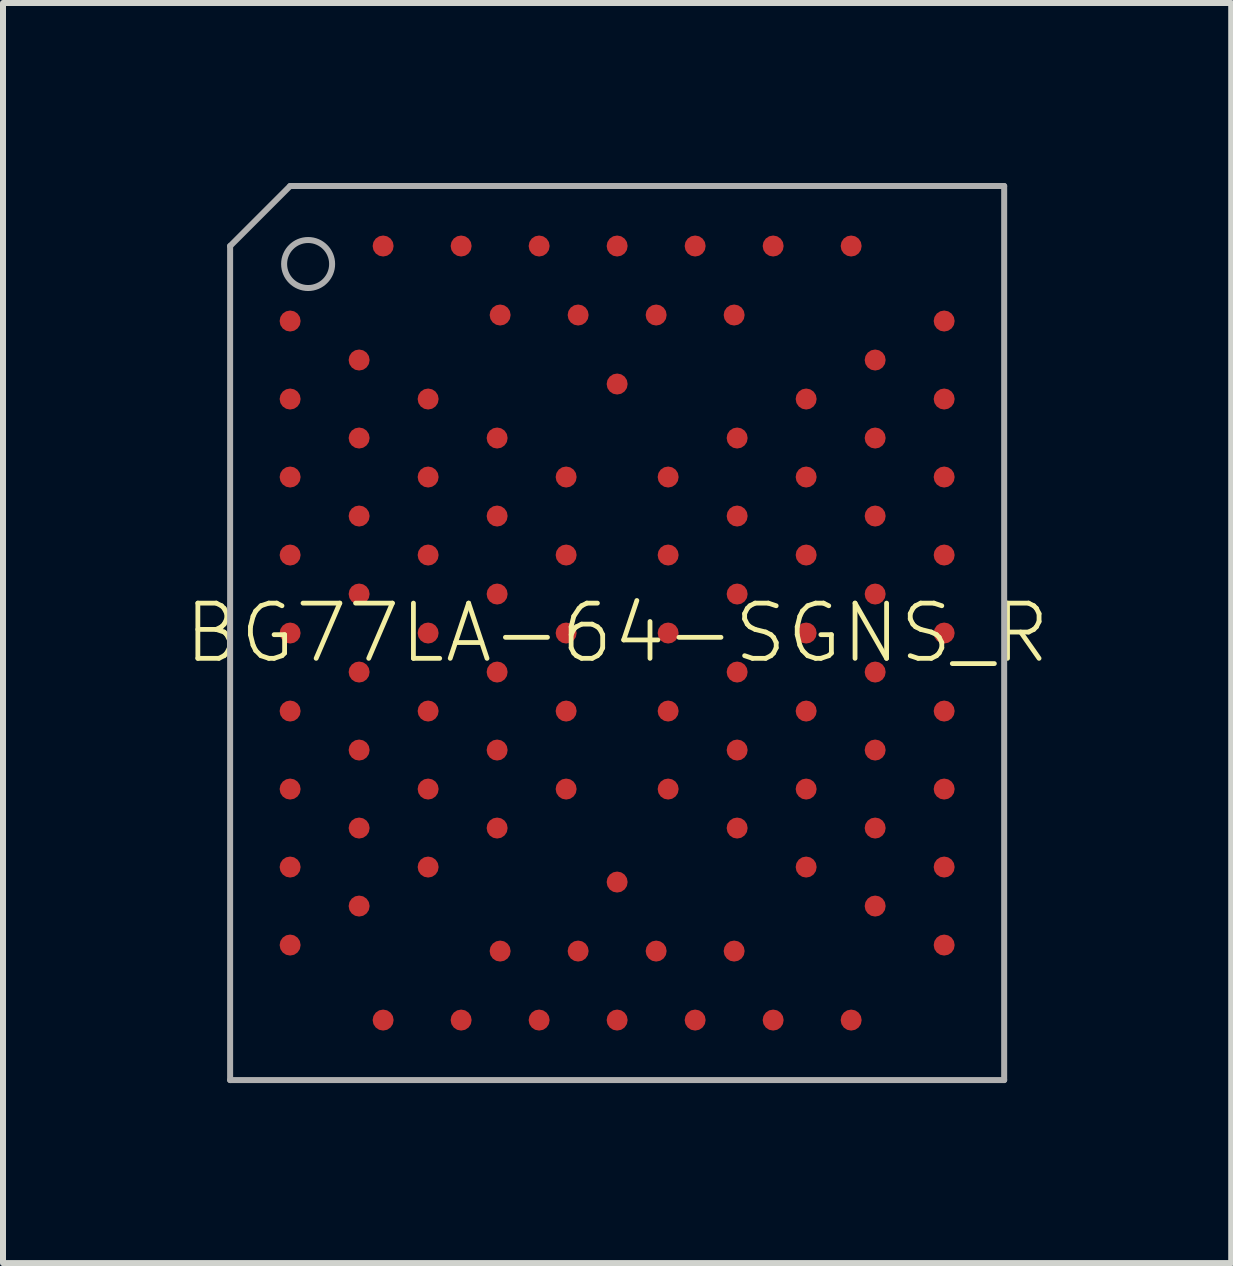
<source format=kicad_pcb>
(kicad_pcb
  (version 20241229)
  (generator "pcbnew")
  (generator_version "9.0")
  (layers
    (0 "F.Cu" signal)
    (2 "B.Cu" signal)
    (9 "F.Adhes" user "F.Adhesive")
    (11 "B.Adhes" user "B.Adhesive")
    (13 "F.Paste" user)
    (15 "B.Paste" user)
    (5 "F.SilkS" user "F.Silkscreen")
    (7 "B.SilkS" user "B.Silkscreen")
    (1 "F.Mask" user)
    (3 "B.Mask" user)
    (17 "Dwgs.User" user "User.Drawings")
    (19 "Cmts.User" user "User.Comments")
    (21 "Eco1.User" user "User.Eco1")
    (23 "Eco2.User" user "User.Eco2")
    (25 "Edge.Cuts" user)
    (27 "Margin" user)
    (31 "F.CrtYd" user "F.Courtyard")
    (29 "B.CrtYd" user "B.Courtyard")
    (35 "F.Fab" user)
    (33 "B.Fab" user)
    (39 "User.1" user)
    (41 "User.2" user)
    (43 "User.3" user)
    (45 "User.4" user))
  (footprint "BG77LA-64-SGNS_R"
    (layer "F.Cu")
    (at 7.235 7.5)
    (property "Reference" "BG77LA-64-SGNS_R" (at 0 0 0) (unlocked yes) (layer "F.SilkS") (effects (font (size 0.92 0.92) (thickness 0.08))))
    (fp_line (start -6.45 -6.45) (end -6.45 7.45) (stroke (width 0.1) (type solid)) (layer "F.Fab"))
    (fp_line (start -6.45 -6.45) (end -5.45 -7.45) (stroke (width 0.1) (type solid)) (layer "F.Fab"))
    (fp_line (start -6.45 7.45) (end 6.45 7.45) (stroke (width 0.1) (type solid)) (layer "F.Fab"))
    (fp_line (start 6.45 -7.45) (end -5.45 -7.45) (stroke (width 0.1) (type solid)) (layer "F.Fab"))
    (fp_line (start 6.45 7.45) (end 6.45 -7.45) (stroke (width 0.1) (type solid)) (layer "F.Fab"))
    (fp_circle (center -5.15 -6.15) (end -4.75 -6.15) (stroke (width 0.1) (type solid)) (fill no) (layer "F.Fab"))
    (pad "1" smd roundrect (at -5.45 -5.2) (size 0.35 0.35) (layers "F.Cu" "F.Mask" "F.Paste") (roundrect_rratio 0.5))
    (pad "2" smd roundrect (at -5.45 -3.9) (size 0.35 0.35) (layers "F.Cu" "F.Mask" "F.Paste") (roundrect_rratio 0.5))
    (pad "3" smd roundrect (at -5.45 -2.6) (size 0.35 0.35) (layers "F.Cu" "F.Mask" "F.Paste") (roundrect_rratio 0.5))
    (pad "4" smd roundrect (at -5.45 -1.3) (size 0.35 0.35) (layers "F.Cu" "F.Mask" "F.Paste") (roundrect_rratio 0.5))
    (pad "5" smd roundrect (at -5.45 0) (size 0.35 0.35) (layers "F.Cu" "F.Mask" "F.Paste") (roundrect_rratio 0.5))
    (pad "6" smd roundrect (at -5.45 1.3) (size 0.35 0.35) (layers "F.Cu" "F.Mask" "F.Paste") (roundrect_rratio 0.5))
    (pad "7" smd roundrect (at -5.45 2.6) (size 0.35 0.35) (layers "F.Cu" "F.Mask" "F.Paste") (roundrect_rratio 0.5))
    (pad "8" smd roundrect (at -5.45 3.9) (size 0.35 0.35) (layers "F.Cu" "F.Mask" "F.Paste") (roundrect_rratio 0.5))
    (pad "9" smd roundrect (at -5.45 5.2) (size 0.35 0.35) (layers "F.Cu" "F.Mask" "F.Paste") (roundrect_rratio 0.5))
    (pad "10" smd roundrect (at -3.9 6.45) (size 0.35 0.35) (layers "F.Cu" "F.Mask" "F.Paste") (roundrect_rratio 0.5))
    (pad "11" smd roundrect (at -2.6 6.45) (size 0.35 0.35) (layers "F.Cu" "F.Mask" "F.Paste") (roundrect_rratio 0.5))
    (pad "12" smd roundrect (at -1.3 6.45) (size 0.35 0.35) (layers "F.Cu" "F.Mask" "F.Paste") (roundrect_rratio 0.5))
    (pad "13" smd roundrect (at 0 6.45) (size 0.35 0.35) (layers "F.Cu" "F.Mask" "F.Paste") (roundrect_rratio 0.5))
    (pad "14" smd roundrect (at 1.3 6.45) (size 0.35 0.35) (layers "F.Cu" "F.Mask" "F.Paste") (roundrect_rratio 0.5))
    (pad "15" smd roundrect (at 2.6 6.45) (size 0.35 0.35) (layers "F.Cu" "F.Mask" "F.Paste") (roundrect_rratio 0.5))
    (pad "16" smd roundrect (at 3.9 6.45) (size 0.35 0.35) (layers "F.Cu" "F.Mask" "F.Paste") (roundrect_rratio 0.5))
    (pad "17" smd roundrect (at 5.45 5.2 180) (size 0.35 0.35) (layers "F.Cu" "F.Mask" "F.Paste") (roundrect_rratio 0.5))
    (pad "18" smd roundrect (at 5.45 3.9 180) (size 0.35 0.35) (layers "F.Cu" "F.Mask" "F.Paste") (roundrect_rratio 0.5))
    (pad "19" smd roundrect (at 5.45 2.6 180) (size 0.35 0.35) (layers "F.Cu" "F.Mask" "F.Paste") (roundrect_rratio 0.5))
    (pad "20" smd roundrect (at 5.45 1.3 180) (size 0.35 0.35) (layers "F.Cu" "F.Mask" "F.Paste") (roundrect_rratio 0.5))
    (pad "21" smd roundrect (at 5.45 0 180) (size 0.35 0.35) (layers "F.Cu" "F.Mask" "F.Paste") (roundrect_rratio 0.5))
    (pad "22" smd roundrect (at 5.45 -1.3 180) (size 0.35 0.35) (layers "F.Cu" "F.Mask" "F.Paste") (roundrect_rratio 0.5))
    (pad "23" smd roundrect (at 5.45 -2.6 180) (size 0.35 0.35) (layers "F.Cu" "F.Mask" "F.Paste") (roundrect_rratio 0.5))
    (pad "24" smd roundrect (at 5.45 -3.9 180) (size 0.35 0.35) (layers "F.Cu" "F.Mask" "F.Paste") (roundrect_rratio 0.5))
    (pad "25" smd roundrect (at 5.45 -5.2 180) (size 0.35 0.35) (layers "F.Cu" "F.Mask" "F.Paste") (roundrect_rratio 0.5))
    (pad "26" smd roundrect (at 3.9 -6.45) (size 0.35 0.35) (layers "F.Cu" "F.Mask" "F.Paste") (roundrect_rratio 0.5))
    (pad "27" smd roundrect (at 2.6 -6.45) (size 0.35 0.35) (layers "F.Cu" "F.Mask" "F.Paste") (roundrect_rratio 0.5))
    (pad "28" smd roundrect (at 1.3 -6.45) (size 0.35 0.35) (layers "F.Cu" "F.Mask" "F.Paste") (roundrect_rratio 0.5))
    (pad "29" smd roundrect (at 0 -6.45) (size 0.35 0.35) (layers "F.Cu" "F.Mask" "F.Paste") (roundrect_rratio 0.5))
    (pad "30" smd roundrect (at -1.3 -6.45) (size 0.35 0.35) (layers "F.Cu" "F.Mask" "F.Paste") (roundrect_rratio 0.5))
    (pad "31" smd roundrect (at -2.6 -6.45) (size 0.35 0.35) (layers "F.Cu" "F.Mask" "F.Paste") (roundrect_rratio 0.5))
    (pad "32" smd roundrect (at -3.9 -6.45) (size 0.35 0.35) (layers "F.Cu" "F.Mask" "F.Paste") (roundrect_rratio 0.5))
    (pad "33" smd roundrect (at -4.3 -4.55) (size 0.35 0.35) (layers "F.Cu" "F.Mask" "F.Paste") (roundrect_rratio 0.5))
    (pad "34" smd roundrect (at -4.3 -3.25) (size 0.35 0.35) (layers "F.Cu" "F.Mask" "F.Paste") (roundrect_rratio 0.5))
    (pad "35" smd roundrect (at -4.3 -1.95) (size 0.35 0.35) (layers "F.Cu" "F.Mask" "F.Paste") (roundrect_rratio 0.5))
    (pad "36" smd roundrect (at -4.3 -0.65) (size 0.35 0.35) (layers "F.Cu" "F.Mask" "F.Paste") (roundrect_rratio 0.5))
    (pad "37" smd roundrect (at -4.3 0.65) (size 0.35 0.35) (layers "F.Cu" "F.Mask" "F.Paste") (roundrect_rratio 0.5))
    (pad "38" smd roundrect (at -4.3 1.95) (size 0.35 0.35) (layers "F.Cu" "F.Mask" "F.Paste") (roundrect_rratio 0.5))
    (pad "39" smd roundrect (at -4.3 3.25) (size 0.35 0.35) (layers "F.Cu" "F.Mask" "F.Paste") (roundrect_rratio 0.5))
    (pad "40" smd roundrect (at -4.3 4.55) (size 0.35 0.35) (layers "F.Cu" "F.Mask" "F.Paste") (roundrect_rratio 0.5))
    (pad "41" smd roundrect (at -1.95 5.3) (size 0.35 0.35) (layers "F.Cu" "F.Mask" "F.Paste") (roundrect_rratio 0.5))
    (pad "42" smd roundrect (at -0.65 5.3) (size 0.35 0.35) (layers "F.Cu" "F.Mask" "F.Paste") (roundrect_rratio 0.5))
    (pad "43" smd roundrect (at 0.65 5.3) (size 0.35 0.35) (layers "F.Cu" "F.Mask" "F.Paste") (roundrect_rratio 0.5))
    (pad "44" smd roundrect (at 1.95 5.3) (size 0.35 0.35) (layers "F.Cu" "F.Mask" "F.Paste") (roundrect_rratio 0.5))
    (pad "45" smd roundrect (at 4.3 4.55 180) (size 0.35 0.35) (layers "F.Cu" "F.Mask" "F.Paste") (roundrect_rratio 0.5))
    (pad "46" smd roundrect (at 4.3 3.25 180) (size 0.35 0.35) (layers "F.Cu" "F.Mask" "F.Paste") (roundrect_rratio 0.5))
    (pad "47" smd roundrect (at 4.3 1.95 180) (size 0.35 0.35) (layers "F.Cu" "F.Mask" "F.Paste") (roundrect_rratio 0.5))
    (pad "48" smd roundrect (at 4.3 0.65 180) (size 0.35 0.35) (layers "F.Cu" "F.Mask" "F.Paste") (roundrect_rratio 0.5))
    (pad "49" smd roundrect (at 4.3 -0.65 180) (size 0.35 0.35) (layers "F.Cu" "F.Mask" "F.Paste") (roundrect_rratio 0.5))
    (pad "50" smd roundrect (at 4.3 -1.95 180) (size 0.35 0.35) (layers "F.Cu" "F.Mask" "F.Paste") (roundrect_rratio 0.5))
    (pad "51" smd roundrect (at 4.3 -3.25 180) (size 0.35 0.35) (layers "F.Cu" "F.Mask" "F.Paste") (roundrect_rratio 0.5))
    (pad "52" smd roundrect (at 4.3 -4.55 180) (size 0.35 0.35) (layers "F.Cu" "F.Mask" "F.Paste") (roundrect_rratio 0.5))
    (pad "53" smd roundrect (at 1.95 -5.3) (size 0.35 0.35) (layers "F.Cu" "F.Mask" "F.Paste") (roundrect_rratio 0.5))
    (pad "54" smd roundrect (at 0.65 -5.3) (size 0.35 0.35) (layers "F.Cu" "F.Mask" "F.Paste") (roundrect_rratio 0.5))
    (pad "55" smd roundrect (at -0.65 -5.3) (size 0.35 0.35) (layers "F.Cu" "F.Mask" "F.Paste") (roundrect_rratio 0.5))
    (pad "56" smd roundrect (at -1.95 -5.3) (size 0.35 0.35) (layers "F.Cu" "F.Mask" "F.Paste") (roundrect_rratio 0.5))
    (pad "57" smd roundrect (at -3.15 -3.9) (size 0.35 0.35) (layers "F.Cu" "F.Mask" "F.Paste") (roundrect_rratio 0.5))
    (pad "58" smd roundrect (at -3.15 -2.6) (size 0.35 0.35) (layers "F.Cu" "F.Mask" "F.Paste") (roundrect_rratio 0.5))
    (pad "59" smd roundrect (at -3.15 -1.3) (size 0.35 0.35) (layers "F.Cu" "F.Mask" "F.Paste") (roundrect_rratio 0.5))
    (pad "60" smd roundrect (at -3.15 0) (size 0.35 0.35) (layers "F.Cu" "F.Mask" "F.Paste") (roundrect_rratio 0.5))
    (pad "61" smd roundrect (at -3.15 1.3) (size 0.35 0.35) (layers "F.Cu" "F.Mask" "F.Paste") (roundrect_rratio 0.5))
    (pad "62" smd roundrect (at -3.15 2.6) (size 0.35 0.35) (layers "F.Cu" "F.Mask" "F.Paste") (roundrect_rratio 0.5))
    (pad "63" smd roundrect (at -3.15 3.9) (size 0.35 0.35) (layers "F.Cu" "F.Mask" "F.Paste") (roundrect_rratio 0.5))
    (pad "64" smd roundrect (at 0 4.15) (size 0.35 0.35) (layers "F.Cu" "F.Mask" "F.Paste") (roundrect_rratio 0.5))
    (pad "65" smd roundrect (at 3.15 3.9 180) (size 0.35 0.35) (layers "F.Cu" "F.Mask" "F.Paste") (roundrect_rratio 0.5))
    (pad "66" smd roundrect (at 3.15 2.6 180) (size 0.35 0.35) (layers "F.Cu" "F.Mask" "F.Paste") (roundrect_rratio 0.5))
    (pad "67" smd roundrect (at 3.15 1.3 180) (size 0.35 0.35) (layers "F.Cu" "F.Mask" "F.Paste") (roundrect_rratio 0.5))
    (pad "68" smd roundrect (at 3.15 0 180) (size 0.35 0.35) (layers "F.Cu" "F.Mask" "F.Paste") (roundrect_rratio 0.5))
    (pad "69" smd roundrect (at 3.15 -1.3 180) (size 0.35 0.35) (layers "F.Cu" "F.Mask" "F.Paste") (roundrect_rratio 0.5))
    (pad "70" smd roundrect (at 3.15 -2.6 180) (size 0.35 0.35) (layers "F.Cu" "F.Mask" "F.Paste") (roundrect_rratio 0.5))
    (pad "71" smd roundrect (at 3.15 -3.9 180) (size 0.35 0.35) (layers "F.Cu" "F.Mask" "F.Paste") (roundrect_rratio 0.5))
    (pad "72" smd roundrect (at 0 -4.15) (size 0.35 0.35) (layers "F.Cu" "F.Mask" "F.Paste") (roundrect_rratio 0.5))
    (pad "73" smd roundrect (at -2 -3.25) (size 0.35 0.35) (layers "F.Cu" "F.Mask" "F.Paste") (roundrect_rratio 0.5))
    (pad "74" smd roundrect (at -2 -1.95) (size 0.35 0.35) (layers "F.Cu" "F.Mask" "F.Paste") (roundrect_rratio 0.5))
    (pad "75" smd roundrect (at -2 -0.65) (size 0.35 0.35) (layers "F.Cu" "F.Mask" "F.Paste") (roundrect_rratio 0.5))
    (pad "76" smd roundrect (at -2 0.65) (size 0.35 0.35) (layers "F.Cu" "F.Mask" "F.Paste") (roundrect_rratio 0.5))
    (pad "77" smd roundrect (at -2 1.95) (size 0.35 0.35) (layers "F.Cu" "F.Mask" "F.Paste") (roundrect_rratio 0.5))
    (pad "78" smd roundrect (at -2 3.25) (size 0.35 0.35) (layers "F.Cu" "F.Mask" "F.Paste") (roundrect_rratio 0.5))
    (pad "79" smd roundrect (at 2 3.25 180) (size 0.35 0.35) (layers "F.Cu" "F.Mask" "F.Paste") (roundrect_rratio 0.5))
    (pad "80" smd roundrect (at 2 1.95 180) (size 0.35 0.35) (layers "F.Cu" "F.Mask" "F.Paste") (roundrect_rratio 0.5))
    (pad "81" smd roundrect (at 2 0.65 180) (size 0.35 0.35) (layers "F.Cu" "F.Mask" "F.Paste") (roundrect_rratio 0.5))
    (pad "82" smd roundrect (at 2 -0.65 180) (size 0.35 0.35) (layers "F.Cu" "F.Mask" "F.Paste") (roundrect_rratio 0.5))
    (pad "83" smd roundrect (at 2 -1.95 180) (size 0.35 0.35) (layers "F.Cu" "F.Mask" "F.Paste") (roundrect_rratio 0.5))
    (pad "84" smd roundrect (at 2 -3.25 180) (size 0.35 0.35) (layers "F.Cu" "F.Mask" "F.Paste") (roundrect_rratio 0.5))
    (pad "85" smd roundrect (at -0.85 -2.6) (size 0.35 0.35) (layers "F.Cu" "F.Mask" "F.Paste") (roundrect_rratio 0.5))
    (pad "86" smd roundrect (at -0.85 -1.3) (size 0.35 0.35) (layers "F.Cu" "F.Mask" "F.Paste") (roundrect_rratio 0.5))
    (pad "87" smd roundrect (at -0.85 0) (size 0.35 0.35) (layers "F.Cu" "F.Mask" "F.Paste") (roundrect_rratio 0.5))
    (pad "88" smd roundrect (at -0.85 1.3) (size 0.35 0.35) (layers "F.Cu" "F.Mask" "F.Paste") (roundrect_rratio 0.5))
    (pad "89" smd roundrect (at -0.85 2.6) (size 0.35 0.35) (layers "F.Cu" "F.Mask" "F.Paste") (roundrect_rratio 0.5))
    (pad "90" smd roundrect (at 0.85 2.6 180) (size 0.35 0.35) (layers "F.Cu" "F.Mask" "F.Paste") (roundrect_rratio 0.5))
    (pad "91" smd roundrect (at 0.85 1.3 180) (size 0.35 0.35) (layers "F.Cu" "F.Mask" "F.Paste") (roundrect_rratio 0.5))
    (pad "92" smd roundrect (at 0.85 0 180) (size 0.35 0.35) (layers "F.Cu" "F.Mask" "F.Paste") (roundrect_rratio 0.5))
    (pad "93" smd roundrect (at 0.85 -1.3 180) (size 0.35 0.35) (layers "F.Cu" "F.Mask" "F.Paste") (roundrect_rratio 0.5))
    (pad "94" smd roundrect (at 0.85 -2.6) (size 0.35 0.35) (layers "F.Cu" "F.Mask" "F.Paste") (roundrect_rratio 0.5)))
  (gr_rect
    (start -3 -3)
    (end 17.469 18)
    (stroke (width 0.1) (type default))
    (fill no)
    (layer "Edge.Cuts")))
</source>
